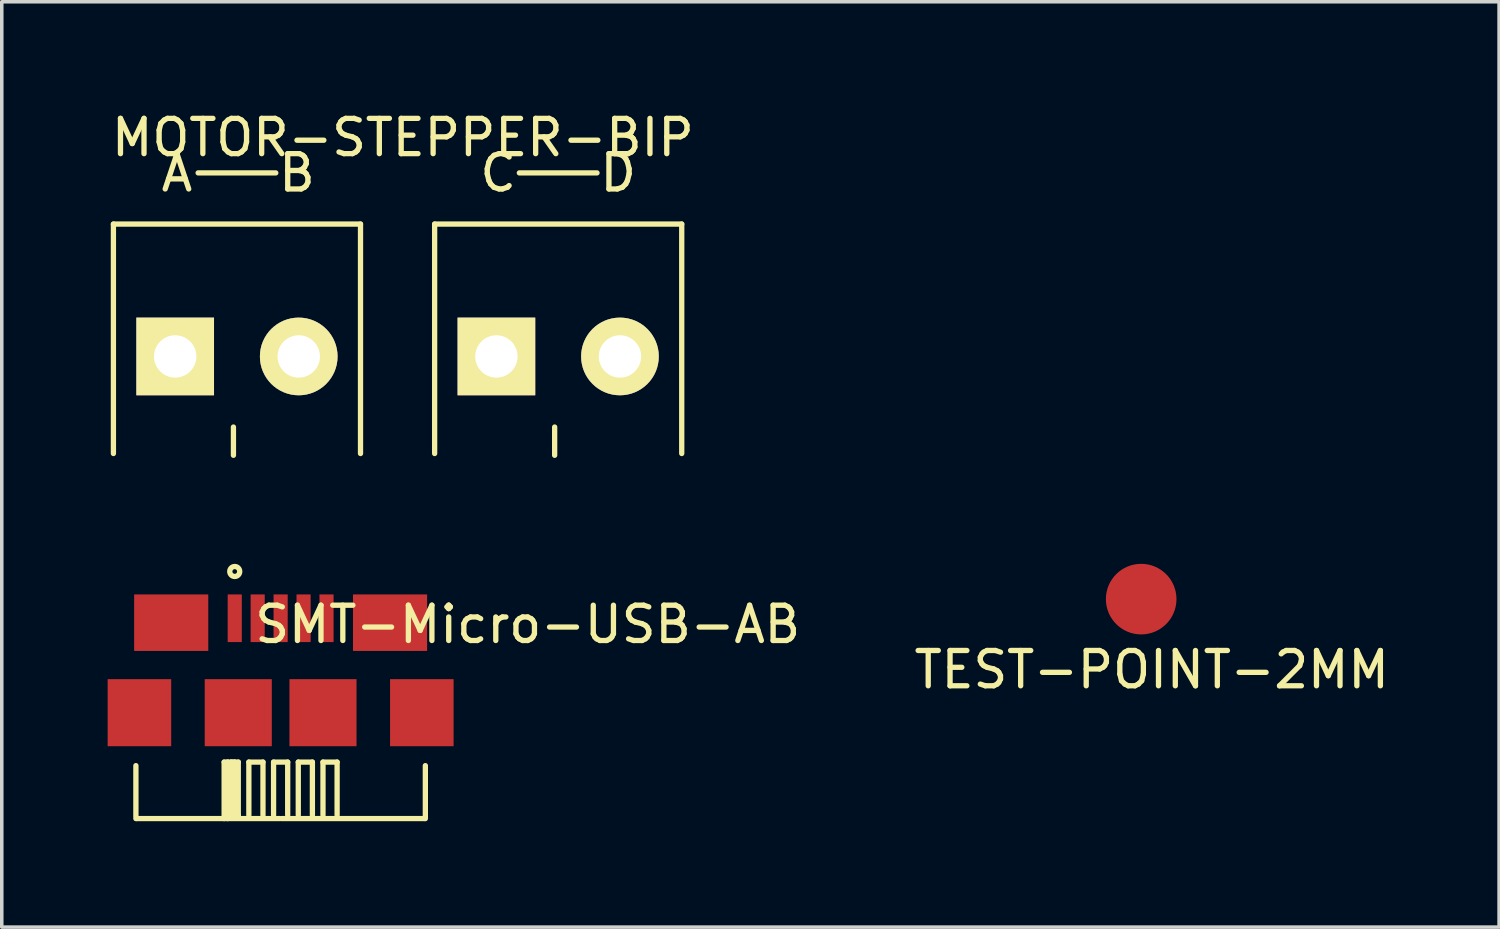
<source format=kicad_pcb>
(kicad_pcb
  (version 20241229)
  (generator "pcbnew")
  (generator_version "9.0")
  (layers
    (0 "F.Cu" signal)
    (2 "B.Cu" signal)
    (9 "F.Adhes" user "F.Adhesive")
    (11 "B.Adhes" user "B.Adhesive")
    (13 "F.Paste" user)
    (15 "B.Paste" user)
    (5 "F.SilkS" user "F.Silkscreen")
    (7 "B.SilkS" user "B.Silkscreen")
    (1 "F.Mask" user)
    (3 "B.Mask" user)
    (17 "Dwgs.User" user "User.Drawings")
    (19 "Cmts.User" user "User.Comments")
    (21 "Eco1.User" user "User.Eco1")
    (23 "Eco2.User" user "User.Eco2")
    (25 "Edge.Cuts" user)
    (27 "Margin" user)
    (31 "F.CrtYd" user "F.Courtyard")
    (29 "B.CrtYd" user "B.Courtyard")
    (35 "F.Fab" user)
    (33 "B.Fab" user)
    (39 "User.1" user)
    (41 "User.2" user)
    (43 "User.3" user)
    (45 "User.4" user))
  (footprint "MOTOR-STEPPER-BIP"
    (layer "F.Cu")
    (at 12.763 7.048)
    (property "Reference" "MOTOR-STEPPER-BIP" (at -4.4 -6.2 0) (layer "F.SilkS") (effects (font (size 1 1) (thickness 0.15))))
    (attr through_hole)
    (fp_line (start -12.6 -3.75) (end -12.6 2.75) (stroke (width 0.15) (type solid)) (layer "F.SilkS"))
    (fp_line (start -10.2 -5.2) (end -8 -5.2) (stroke (width 0.15) (type solid)) (layer "F.SilkS"))
    (fp_line (start -9.2 2.8) (end -9.2 2) (stroke (width 0.15) (type solid)) (layer "F.SilkS"))
    (fp_line (start -5.6 -3.75) (end -12.6 -3.75) (stroke (width 0.15) (type solid)) (layer "F.SilkS"))
    (fp_line (start -5.6 -3.75) (end -5.6 2.75) (stroke (width 0.15) (type solid)) (layer "F.SilkS"))
    (fp_line (start -3.5 -3.75) (end -3.5 2.75) (stroke (width 0.15) (type solid)) (layer "F.SilkS"))
    (fp_line (start -1.1 -5.2) (end 1.1 -5.2) (stroke (width 0.15) (type solid)) (layer "F.SilkS"))
    (fp_line (start -0.1 2.8) (end -0.1 2) (stroke (width 0.15) (type solid)) (layer "F.SilkS"))
    (fp_line (start 3.5 -3.75) (end -3.5 -3.75) (stroke (width 0.15) (type solid)) (layer "F.SilkS"))
    (fp_line (start 3.5 -3.75) (end 3.5 2.75) (stroke (width 0.15) (type solid)) (layer "F.SilkS"))
    (fp_text user "B" (at -7.4 -5.2 0) (layer "F.SilkS") (effects (font (size 1 1) (thickness 0.15))))
    (fp_text user "D" (at 1.7 -5.2 0) (layer "F.SilkS") (effects (font (size 1 1) (thickness 0.15))))
    (fp_text user "C" (at -1.7 -5.2 0) (layer "F.SilkS") (effects (font (size 1 1) (thickness 0.15))))
    (fp_text user "A" (at -10.8 -5.2 0) (layer "F.SilkS") (effects (font (size 1 1) (thickness 0.15))))
    (pad "1" thru_hole rect (at -10.85 0) (size 2.2 2.2) (drill 1.2) (layers "*.Cu" "*.Mask" "F.SilkS"))
    (pad "2" thru_hole circle (at -7.35 0) (size 2.2 2.2) (drill 1.2) (layers "*.Cu" "*.Mask" "F.SilkS"))
    (pad "3" thru_hole rect (at -1.75 0) (size 2.2 2.2) (drill 1.2) (layers "*.Cu" "*.Mask" "F.SilkS"))
    (pad "4" thru_hole circle (at 1.75 0) (size 2.2 2.2) (drill 1.2) (layers "*.Cu" "*.Mask" "F.SilkS")))
  (footprint "TEST-POINT-2MM"
    (layer "F.Cu")
    (at 29.279 13.923)
    (property "Reference" "TEST-POINT-2MM" (at 0.3 2 0) (layer "F.SilkS") (effects (font (size 1 1) (thickness 0.15))))
    (attr through_hole)
    (pad "1" smd circle (at 0 0) (size 2 2) (layers "F.Cu" "F.Mask" "F.Paste")))
  (footprint "SMT-Micro-USB-AB"
    (layer "F.Cu")
    (at 4.9 17.14)
    (property "Reference" "SMT-Micro-USB-AB" (at 7 -2.5 0) (layer "F.SilkS") (effects (font (size 1 1) (thickness 0.15))))
    (attr through_hole)
    (fp_line (start -4.1 3) (end -4.1 1.5) (stroke (width 0.15) (type solid)) (layer "F.SilkS"))
    (fp_line (start -1.6 1.4) (end -1.6 3) (stroke (width 0.15) (type solid)) (layer "F.SilkS"))
    (fp_line (start -1.6 1.4) (end -1.2 1.4) (stroke (width 0.15) (type solid)) (layer "F.SilkS"))
    (fp_line (start -1.5 1.4) (end -1.5 2.8) (stroke (width 0.15) (type solid)) (layer "F.SilkS"))
    (fp_line (start -1.5 2.8) (end -1.3 2.8) (stroke (width 0.15) (type solid)) (layer "F.SilkS"))
    (fp_line (start -1.5 3) (end -1.5 1.4) (stroke (width 0.15) (type solid)) (layer "F.SilkS"))
    (fp_line (start -1.4 1.4) (end -1.4 2.7) (stroke (width 0.15) (type solid)) (layer "F.SilkS"))
    (fp_line (start -1.3 1.4) (end -1.4 1.4) (stroke (width 0.15) (type solid)) (layer "F.SilkS"))
    (fp_line (start -1.3 2.8) (end -1.3 1.4) (stroke (width 0.15) (type solid)) (layer "F.SilkS"))
    (fp_line (start -1.2 1.4) (end -1.2 2.9) (stroke (width 0.15) (type solid)) (layer "F.SilkS"))
    (fp_line (start -1.2 2.9) (end -1.5 2.9) (stroke (width 0.15) (type solid)) (layer "F.SilkS"))
    (fp_line (start -0.9 1.4) (end -0.5 1.4) (stroke (width 0.15) (type solid)) (layer "F.SilkS"))
    (fp_line (start -0.9 2.9) (end -0.9 1.4) (stroke (width 0.15) (type solid)) (layer "F.SilkS"))
    (fp_line (start -0.5 1.4) (end -0.5 2.9) (stroke (width 0.15) (type solid)) (layer "F.SilkS"))
    (fp_line (start -0.2 1.4) (end 0.2 1.4) (stroke (width 0.15) (type solid)) (layer "F.SilkS"))
    (fp_line (start -0.2 2.9) (end -0.2 1.4) (stroke (width 0.15) (type solid)) (layer "F.SilkS"))
    (fp_line (start -0.025 3) (end -4.075 3) (stroke (width 0.15) (type solid)) (layer "F.SilkS"))
    (fp_line (start 0.025 3) (end 4.075 3) (stroke (width 0.15) (type solid)) (layer "F.SilkS"))
    (fp_line (start 0.2 1.4) (end 0.2 2.9) (stroke (width 0.15) (type solid)) (layer "F.SilkS"))
    (fp_line (start 0.5 1.4) (end 0.9 1.4) (stroke (width 0.15) (type solid)) (layer "F.SilkS"))
    (fp_line (start 0.5 2.9) (end 0.5 1.4) (stroke (width 0.15) (type solid)) (layer "F.SilkS"))
    (fp_line (start 0.9 1.4) (end 0.9 2.9) (stroke (width 0.15) (type solid)) (layer "F.SilkS"))
    (fp_line (start 1.2 1.4) (end 1.6 1.4) (stroke (width 0.15) (type solid)) (layer "F.SilkS"))
    (fp_line (start 1.2 2.9) (end 1.2 1.4) (stroke (width 0.15) (type solid)) (layer "F.SilkS"))
    (fp_line (start 1.6 1.4) (end 1.6 2.9) (stroke (width 0.15) (type solid)) (layer "F.SilkS"))
    (fp_line (start 4.1 3) (end 4.1 1.5) (stroke (width 0.15) (type solid)) (layer "F.SilkS"))
    (fp_circle (center -1.3 -4) (end -1.4 -4.1) (stroke (width 0.15) (type solid)) (fill no) (layer "F.SilkS"))
    (pad "" smd rect (at -4 0) (size 1.8 1.9) (layers "F.Cu" "F.Mask" "F.Paste"))
    (pad "" smd rect (at -3.1 -2.55) (size 2.1 1.6) (layers "F.Cu" "F.Mask" "F.Paste"))
    (pad "" smd rect (at -1.2 0) (size 1.9 1.9) (layers "F.Cu" "F.Mask" "F.Paste"))
    (pad "" smd rect (at 1.2 0) (size 1.9 1.9) (layers "F.Cu" "F.Mask" "F.Paste"))
    (pad "" smd rect (at 3.1 -2.55) (size 2.1 1.6) (layers "F.Cu" "F.Mask" "F.Paste"))
    (pad "" smd rect (at 4 0) (size 1.8 1.9) (layers "F.Cu" "F.Mask" "F.Paste"))
    (pad "1" smd rect (at -1.3 -2.675) (size 0.4 1.35) (layers "F.Cu" "F.Mask" "F.Paste"))
    (pad "2" smd rect (at -0.65 -2.675) (size 0.4 1.35) (layers "F.Cu" "F.Mask" "F.Paste"))
    (pad "3" smd rect (at 0 -2.675) (size 0.4 1.35) (layers "F.Cu" "F.Mask" "F.Paste"))
    (pad "4" smd rect (at 0.65 -2.675) (size 0.4 1.35) (layers "F.Cu" "F.Mask" "F.Paste"))
    (pad "5" smd rect (at 1.3 -2.675) (size 0.4 1.35) (layers "F.Cu" "F.Mask" "F.Paste")))
  (gr_rect
    (start -3 -3)
    (end 39.418 23.215)
    (stroke (width 0.1) (type default))
    (fill no)
    (layer "Edge.Cuts")))
</source>
